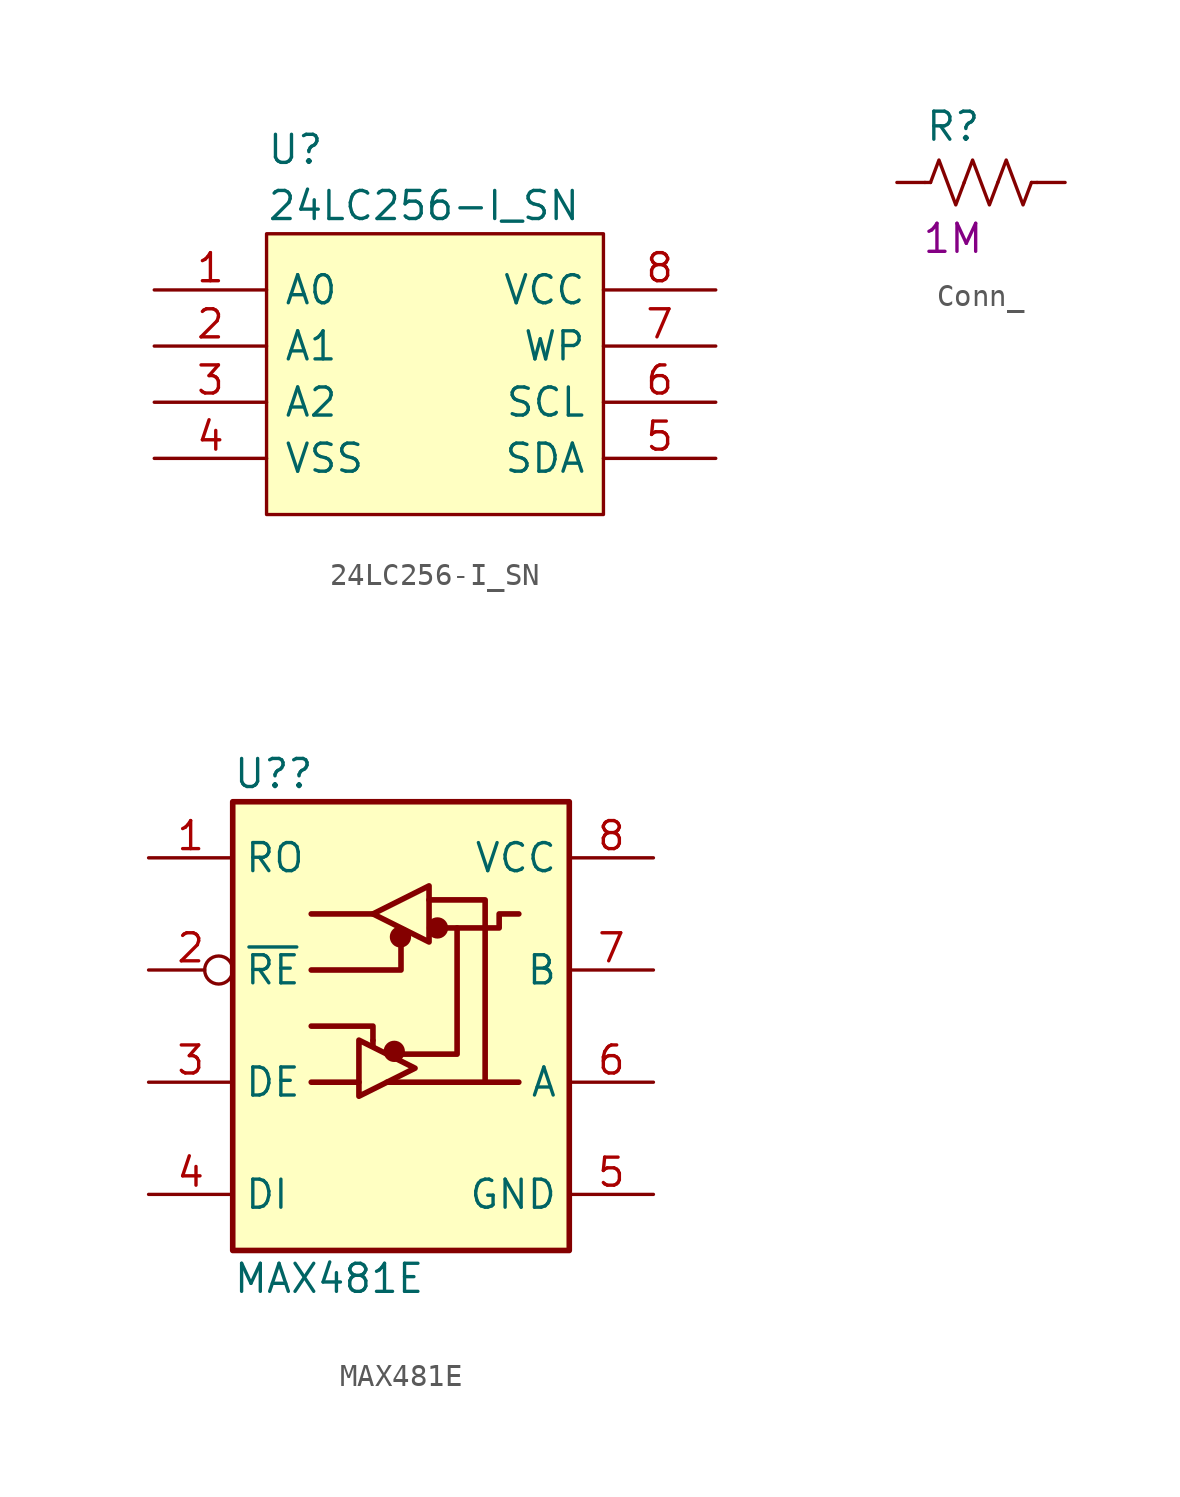
<source format=kicad_sym>
(kicad_symbol_lib
  (version 20211014)
  (generator kicad_symbol_editor)
  (symbol "24LC256-I_SN"
    (pin_names
      (offset 0.762))
    (property "Reference" "U"
      (at -7.62 10.16 0)
      (effects (font (size 1.27 1.27)) (justify left)))
    (property "Value" "24LC256-I_SN"
      (at -7.62 7.62 0)
      (effects (font (size 1.27 1.27)) (justify left)))
    (symbol "24LC256-I_SN_0_0"
      (pin passive line (at -12.7 3.81 0) (length 5.08) (name "A0" (effects (font (size 1.27 1.27)))) (number "1" (effects (font (size 1.27 1.27)))))
      (pin passive line (at -12.7 1.27 0) (length 5.08) (name "A1" (effects (font (size 1.27 1.27)))) (number "2" (effects (font (size 1.27 1.27)))))
      (pin passive line (at -12.7 -1.27 0) (length 5.08) (name "A2" (effects (font (size 1.27 1.27)))) (number "3" (effects (font (size 1.27 1.27)))))
      (pin passive line (at -12.7 -3.81 0) (length 5.08) (name "VSS" (effects (font (size 1.27 1.27)))) (number "4" (effects (font (size 1.27 1.27)))))
      (pin passive line (at 12.7 -3.81 180) (length 5.08) (name "SDA" (effects (font (size 1.27 1.27)))) (number "5" (effects (font (size 1.27 1.27)))))
      (pin passive line (at 12.7 -1.27 180) (length 5.08) (name "SCL" (effects (font (size 1.27 1.27)))) (number "6" (effects (font (size 1.27 1.27)))))
      (pin passive line (at 12.7 1.27 180) (length 5.08) (name "WP" (effects (font (size 1.27 1.27)))) (number "7" (effects (font (size 1.27 1.27)))))
      (pin passive line (at 12.7 3.81 180) (length 5.08) (name "VCC" (effects (font (size 1.27 1.27)))) (number "8" (effects (font (size 1.27 1.27))))))
    (symbol "24LC256-I_SN_0_1"
      (polyline (pts (xy -7.62 6.35) (xy 7.62 6.35) (xy 7.62 -6.35) (xy -7.62 -6.35) (xy -7.62 6.35)) (stroke (width 0.152) (type default) (color 0 0 0 0)) (fill (type background)))))
  (symbol "Conn_"
    (pin_numbers hide)
    (pin_names
      (offset 1.016))
    (property "Reference" "R"
      (at -2.54 2.54 0)
      (effects (font (size 1.27 1.27)) (justify left)))
    (property "Symbol" "1M"
      (at -1.27 -2.54 0)
      (effects (font (size 1.27 1.27))))
    (symbol "Conn__1_1"
      (polyline (pts (xy -2.286 0) (xy -2.54 0)) (stroke (width 0) (type default) (color 0 0 0 0)) (fill (type none)))
      (polyline (pts (xy 2.286 0) (xy 2.54 0)) (stroke (width 0) (type default) (color 0 0 0 0)) (fill (type none)))
      (polyline (pts (xy -2.286 0) (xy -1.905 1.016) (xy -1.524 0) (xy -1.143 -1.016) (xy -0.762 0)) (stroke (width 0) (type default) (color 0 0 0 0)) (fill (type none)))
      (polyline (pts (xy -0.762 0) (xy -0.381 1.016) (xy 0 0) (xy 0.381 -1.016) (xy 0.762 0)) (stroke (width 0) (type default) (color 0 0 0 0)) (fill (type none)))
      (polyline (pts (xy 0.762 0) (xy 1.143 1.016) (xy 1.524 0) (xy 1.905 -1.016) (xy 2.286 0)) (stroke (width 0) (type default) (color 0 0 0 0)) (fill (type none)))
      (pin passive line (at -3.81 0 0) (length 1.27) (name "~" (effects (font (size 1.27 1.27)))) (number "1" (effects (font (size 1.27 1.27)))))
      (pin passive line (at 3.81 0 180) (length 1.27) (name "~" (effects (font (size 1.27 1.27)))) (number "2" (effects (font (size 1.27 1.27)))))))
  (symbol "MAX481E"
    (property "Reference" "U?"
      (at -7.62 11.43 0)
      (effects (font (size 1.27 1.27)) (justify left)))
    (property "Value" "MAX481E"
      (at -7.62 -11.43 0)
      (effects (font (size 1.27 1.27)) (justify left)))
    (symbol "MAX481E_0_1"
      (rectangle (start -7.62 10.16) (end 7.62 -10.16) (stroke (width 0.254) (type default) (color 0 0 0 0)) (fill (type background)))
      (circle (center -0.305 -1.143) (radius 0.356) (stroke (width 0.254) (type default) (color 0 0 0 0)) (fill (type outline)))
      (circle (center -0.025 4.039) (radius 0.356) (stroke (width 0.254) (type default) (color 0 0 0 0)) (fill (type outline)))
      (polyline (pts (xy -4.064 -2.54) (xy -1.905 -2.54)) (stroke (width 0.254) (type default) (color 0 0 0 0)) (fill (type none)))
      (polyline (pts (xy -4.064 5.08) (xy -1.27 5.08)) (stroke (width 0.254) (type default) (color 0 0 0 0)) (fill (type none)))
      (polyline (pts (xy -1.27 -0.66) (xy -1.27 -0.914)) (stroke (width 0.254) (type default) (color 0 0 0 0)) (fill (type none)))
      (polyline (pts (xy -0.635 -2.54) (xy 5.334 -2.54)) (stroke (width 0.254) (type default) (color 0 0 0 0)) (fill (type none)))
      (polyline (pts (xy -4.064 0) (xy -1.27 0) (xy -1.27 -0.635)) (stroke (width 0.254) (type default) (color 0 0 0 0)) (fill (type none)))
      (polyline (pts (xy 0 3.81) (xy 0 2.54) (xy -4.064 2.54)) (stroke (width 0.254) (type default) (color 0 0 0 0)) (fill (type none)))
      (polyline (pts (xy 1.27 5.715) (xy 3.81 5.715) (xy 3.81 -2.54)) (stroke (width 0.254) (type default) (color 0 0 0 0)) (fill (type none)))
      (polyline (pts (xy 2.54 4.445) (xy 2.54 -1.27) (xy 0 -1.27)) (stroke (width 0.254) (type default) (color 0 0 0 0)) (fill (type none)))
      (polyline (pts (xy -1.905 -0.635) (xy -1.905 -3.175) (xy 0.635 -1.905) (xy -1.905 -0.635)) (stroke (width 0.254) (type default) (color 0 0 0 0)) (fill (type none)))
      (polyline (pts (xy -1.27 5.08) (xy 1.27 6.35) (xy 1.27 3.81) (xy -1.27 5.08)) (stroke (width 0.254) (type default) (color 0 0 0 0)) (fill (type none)))
      (polyline (pts (xy 1.905 4.445) (xy 4.445 4.445) (xy 4.445 5.08) (xy 5.334 5.08)) (stroke (width 0.254) (type default) (color 0 0 0 0)) (fill (type none)))
      (rectangle (start 1.27 5.715) (end 1.27 5.715) (stroke (width 0) (type default) (color 0 0 0 0)) (fill (type none)))
      (circle (center 1.651 4.445) (radius 0.356) (stroke (width 0.254) (type default) (color 0 0 0 0)) (fill (type outline))))
    (symbol "MAX481E_1_1"
      (pin output line (at -11.43 7.62 0) (length 3.81) (name "RO" (effects (font (size 1.27 1.27)))) (number "1" (effects (font (size 1.27 1.27)))))
      (pin input inverted (at -11.43 2.54 0) (length 3.81) (name "~{RE}" (effects (font (size 1.27 1.27)))) (number "2" (effects (font (size 1.27 1.27)))))
      (pin input line (at -11.43 -2.54 0) (length 3.81) (name "DE" (effects (font (size 1.27 1.27)))) (number "3" (effects (font (size 1.27 1.27)))))
      (pin input line (at -11.43 -7.62 0) (length 3.81) (name "DI" (effects (font (size 1.27 1.27)))) (number "4" (effects (font (size 1.27 1.27)))))
      (pin power_in line (at 11.43 -7.62 180) (length 3.81) (name "GND" (effects (font (size 1.27 1.27)))) (number "5" (effects (font (size 1.27 1.27)))))
      (pin bidirectional line (at 11.43 -2.54 180) (length 3.81) (name "A" (effects (font (size 1.27 1.27)))) (number "6" (effects (font (size 1.27 1.27)))))
      (pin bidirectional line (at 11.43 2.54 180) (length 3.81) (name "B" (effects (font (size 1.27 1.27)))) (number "7" (effects (font (size 1.27 1.27)))))
      (pin power_in line (at 11.43 7.62 180) (length 3.81) (name "VCC" (effects (font (size 1.27 1.27)))) (number "8" (effects (font (size 1.27 1.27))))))))
</source>
